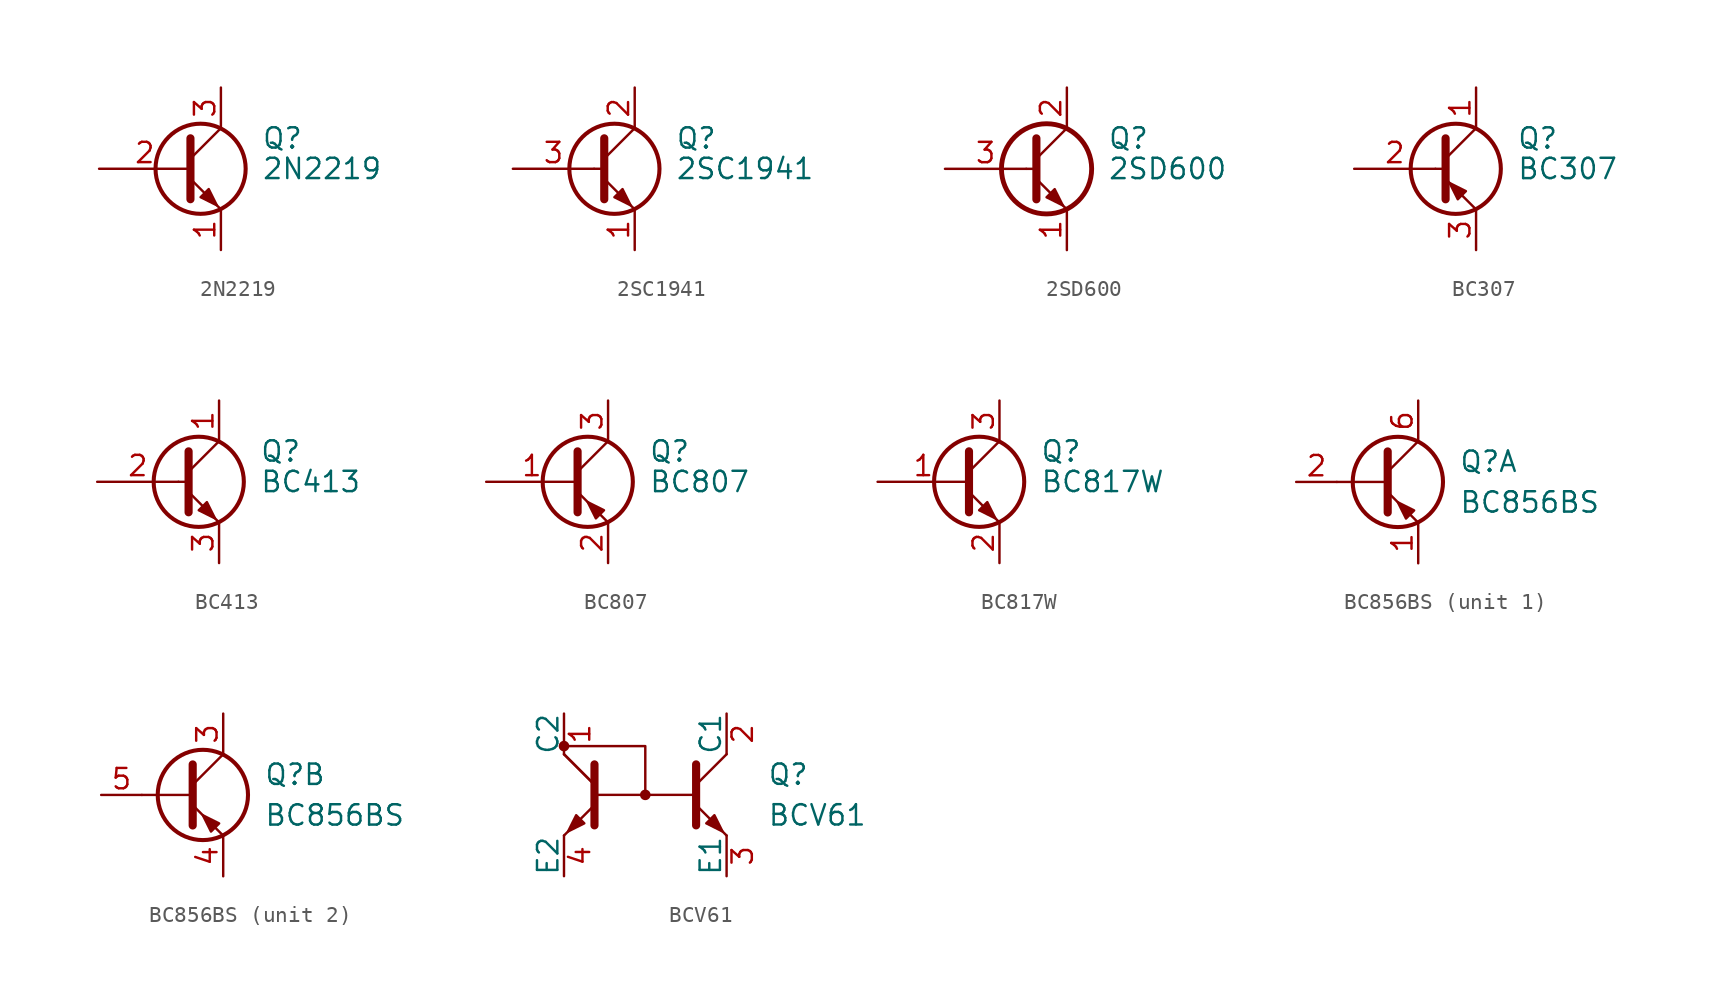
<source format=kicad_sym>
(kicad_symbol_lib
  (version 20201005)
  (generator kicad_symbol_editor)
  (symbol "2N2219"
    (pin_names
      (offset 0) hide)
    (property "Reference" "Q"
      (at 5.08 1.905 0)
      (effects (font (size 1.27 1.27)) (justify left)))
    (property "Value" "2N2219"
      (at 5.08 0 0)
      (effects (font (size 1.27 1.27)) (justify left)))
    (symbol "2N2219_0_1"
      (circle (center 1.27 0) (radius 2.819) (stroke (width 0.254)) (fill (type none)))
      (polyline (pts (xy 0.635 0.635) (xy 2.54 2.54)) (stroke (width 0)) (fill (type none)))
      (polyline (pts (xy 0.635 -0.635) (xy 2.54 -2.54) (xy 2.54 -2.54)) (stroke (width 0)) (fill (type none)))
      (polyline (pts (xy 0.635 1.905) (xy 0.635 -1.905) (xy 0.635 -1.905)) (stroke (width 0.508)) (fill (type none)))
      (polyline (pts (xy 1.27 -1.778) (xy 1.778 -1.27) (xy 2.286 -2.286) (xy 1.27 -1.778) (xy 1.27 -1.778)) (stroke (width 0)) (fill (type outline))))
    (symbol "2N2219_1_1"
      (pin passive line (at 2.54 -5.08 90) (length 2.54) (name "E" (effects (font (size 1.27 1.27)))) (number "1" (effects (font (size 1.27 1.27)))))
      (pin passive line (at -5.08 0 0) (length 5.715) (name "B" (effects (font (size 1.27 1.27)))) (number "2" (effects (font (size 1.27 1.27)))))
      (pin passive line (at 2.54 5.08 270) (length 2.54) (name "C" (effects (font (size 1.27 1.27)))) (number "3" (effects (font (size 1.27 1.27)))))))
  (symbol "2SC1941"
    (pin_names
      (offset 0) hide)
    (property "Reference" "Q"
      (at 5.08 1.905 0)
      (effects (font (size 1.27 1.27)) (justify left)))
    (property "Value" "2SC1941"
      (at 5.08 0 0)
      (effects (font (size 1.27 1.27)) (justify left)))
    (symbol "2SC1941_0_1"
      (circle (center 1.27 0) (radius 2.819) (stroke (width 0.254)) (fill (type none)))
      (polyline (pts (xy 0 0) (xy 0.635 0)) (stroke (width 0)) (fill (type none)))
      (polyline (pts (xy 0.635 0.635) (xy 2.54 2.54)) (stroke (width 0)) (fill (type none)))
      (polyline (pts (xy 0.635 -0.635) (xy 2.54 -2.54) (xy 2.54 -2.54)) (stroke (width 0)) (fill (type none)))
      (polyline (pts (xy 0.635 1.905) (xy 0.635 -1.905) (xy 0.635 -1.905)) (stroke (width 0.508)) (fill (type none)))
      (polyline (pts (xy 1.27 -1.778) (xy 1.778 -1.27) (xy 2.286 -2.286) (xy 1.27 -1.778) (xy 1.27 -1.778)) (stroke (width 0)) (fill (type outline))))
    (symbol "2SC1941_1_1"
      (pin passive line (at 2.54 -5.08 90) (length 2.54) (name "E" (effects (font (size 1.27 1.27)))) (number "1" (effects (font (size 1.27 1.27)))))
      (pin passive line (at 2.54 5.08 270) (length 2.54) (name "C" (effects (font (size 1.27 1.27)))) (number "2" (effects (font (size 1.27 1.27)))))
      (pin input line (at -5.08 0 0) (length 5.08) (name "B" (effects (font (size 1.27 1.27)))) (number "3" (effects (font (size 1.27 1.27)))))))
  (symbol "2SD600"
    (pin_names
      (offset 0) hide)
    (property "Reference" "Q"
      (at 5.08 1.905 0)
      (effects (font (size 1.27 1.27)) (justify left)))
    (property "Value" "2SD600"
      (at 5.08 0 0)
      (effects (font (size 1.27 1.27)) (justify left)))
    (symbol "2SD600_0_1"
      (circle (center 1.27 0) (radius 2.819) (stroke (width 0.305)) (fill (type none)))
      (polyline (pts (xy 0 0) (xy 0.635 0)) (stroke (width 0)) (fill (type none)))
      (polyline (pts (xy 2.54 -2.54) (xy 0.635 -0.635)) (stroke (width 0)) (fill (type none)))
      (polyline (pts (xy 2.54 2.54) (xy 0.635 0.635)) (stroke (width 0)) (fill (type none)))
      (polyline (pts (xy 0.635 1.905) (xy 0.635 -1.905) (xy 0.635 -1.905)) (stroke (width 0.508)) (fill (type outline)))
      (polyline (pts (xy 1.27 -1.778) (xy 1.778 -1.27) (xy 2.286 -2.286) (xy 1.27 -1.778) (xy 1.27 -1.778)) (stroke (width 0)) (fill (type outline))))
    (symbol "2SD600_1_1"
      (pin passive line (at 2.54 -5.08 90) (length 2.54) (name "E" (effects (font (size 1.27 1.27)))) (number "1" (effects (font (size 1.27 1.27)))))
      (pin passive line (at 2.54 5.08 270) (length 2.54) (name "C" (effects (font (size 1.27 1.27)))) (number "2" (effects (font (size 1.27 1.27)))))
      (pin input line (at -5.08 0 0) (length 5.08) (name "B" (effects (font (size 1.27 1.27)))) (number "3" (effects (font (size 1.27 1.27)))))))
  (symbol "BC307"
    (pin_names
      (offset 0) hide)
    (property "Reference" "Q"
      (at 5.08 1.905 0)
      (effects (font (size 1.27 1.27)) (justify left)))
    (property "Value" "BC307"
      (at 5.08 0 0)
      (effects (font (size 1.27 1.27)) (justify left)))
    (symbol "BC307_0_1"
      (circle (center 1.27 0) (radius 2.819) (stroke (width 0.254)) (fill (type none)))
      (polyline (pts (xy 0 0) (xy 0.635 0)) (stroke (width 0)) (fill (type none)))
      (polyline (pts (xy 2.54 -2.54) (xy 0.635 -0.635)) (stroke (width 0)) (fill (type none)))
      (polyline (pts (xy 2.54 2.54) (xy 0.635 0.635)) (stroke (width 0)) (fill (type none)))
      (polyline (pts (xy 0.635 1.905) (xy 0.635 -1.905) (xy 0.635 -1.905)) (stroke (width 0.508)) (fill (type outline)))
      (polyline (pts (xy 1.397 -1.905) (xy 1.905 -1.397) (xy 0.889 -0.889) (xy 1.397 -1.905) (xy 1.397 -1.905)) (stroke (width 0)) (fill (type outline))))
    (symbol "BC307_1_1"
      (pin passive line (at 2.54 5.08 270) (length 2.54) (name "C" (effects (font (size 1.27 1.27)))) (number "1" (effects (font (size 1.27 1.27)))))
      (pin input line (at -5.08 0 0) (length 5.08) (name "B" (effects (font (size 1.27 1.27)))) (number "2" (effects (font (size 1.27 1.27)))))
      (pin passive line (at 2.54 -5.08 90) (length 2.54) (name "E" (effects (font (size 1.27 1.27)))) (number "3" (effects (font (size 1.27 1.27)))))))
  (symbol "BC413"
    (pin_names
      (offset 0) hide)
    (property "Reference" "Q"
      (at 5.08 1.905 0)
      (effects (font (size 1.27 1.27)) (justify left)))
    (property "Value" "BC413"
      (at 5.08 0 0)
      (effects (font (size 1.27 1.27)) (justify left)))
    (symbol "BC413_0_1"
      (circle (center 1.27 0) (radius 2.819) (stroke (width 0.254)) (fill (type none)))
      (polyline (pts (xy 0 0) (xy 0.635 0)) (stroke (width 0)) (fill (type none)))
      (polyline (pts (xy 0.635 0.635) (xy 2.54 2.54)) (stroke (width 0)) (fill (type none)))
      (polyline (pts (xy 0.635 -0.635) (xy 2.54 -2.54) (xy 2.54 -2.54)) (stroke (width 0)) (fill (type none)))
      (polyline (pts (xy 0.635 1.905) (xy 0.635 -1.905) (xy 0.635 -1.905)) (stroke (width 0.508)) (fill (type none)))
      (polyline (pts (xy 1.27 -1.778) (xy 1.778 -1.27) (xy 2.286 -2.286) (xy 1.27 -1.778) (xy 1.27 -1.778)) (stroke (width 0)) (fill (type outline))))
    (symbol "BC413_1_1"
      (pin passive line (at 2.54 5.08 270) (length 2.54) (name "C" (effects (font (size 1.27 1.27)))) (number "1" (effects (font (size 1.27 1.27)))))
      (pin input line (at -5.08 0 0) (length 5.08) (name "B" (effects (font (size 1.27 1.27)))) (number "2" (effects (font (size 1.27 1.27)))))
      (pin passive line (at 2.54 -5.08 90) (length 2.54) (name "E" (effects (font (size 1.27 1.27)))) (number "3" (effects (font (size 1.27 1.27)))))))
  (symbol "BC807"
    (pin_names
      (offset 0) hide)
    (property "Reference" "Q"
      (at 5.08 1.905 0)
      (effects (font (size 1.27 1.27)) (justify left)))
    (property "Value" "BC807"
      (at 5.08 0 0)
      (effects (font (size 1.27 1.27)) (justify left)))
    (symbol "BC807_0_1"
      (circle (center 1.27 0) (radius 2.819) (stroke (width 0.254)) (fill (type none)))
      (polyline (pts (xy 0.635 0.635) (xy 2.54 2.54)) (stroke (width 0)) (fill (type none)))
      (polyline (pts (xy 0.635 -0.635) (xy 2.54 -2.54) (xy 2.54 -2.54)) (stroke (width 0)) (fill (type none)))
      (polyline (pts (xy 0.635 1.905) (xy 0.635 -1.905) (xy 0.635 -1.905)) (stroke (width 0.508)) (fill (type none)))
      (polyline (pts (xy 2.286 -1.778) (xy 1.778 -2.286) (xy 1.27 -1.27) (xy 2.286 -1.778) (xy 2.286 -1.778)) (stroke (width 0)) (fill (type outline))))
    (symbol "BC807_1_1"
      (pin input line (at -5.08 0 0) (length 5.715) (name "B" (effects (font (size 1.27 1.27)))) (number "1" (effects (font (size 1.27 1.27)))))
      (pin passive line (at 2.54 -5.08 90) (length 2.54) (name "E" (effects (font (size 1.27 1.27)))) (number "2" (effects (font (size 1.27 1.27)))))
      (pin passive line (at 2.54 5.08 270) (length 2.54) (name "C" (effects (font (size 1.27 1.27)))) (number "3" (effects (font (size 1.27 1.27)))))))
  (symbol "BC817W"
    (pin_names
      (offset 0) hide)
    (property "Reference" "Q"
      (at 5.08 1.905 0)
      (effects (font (size 1.27 1.27)) (justify left)))
    (property "Value" "BC817W"
      (at 5.08 0 0)
      (effects (font (size 1.27 1.27)) (justify left)))
    (symbol "BC817W_0_1"
      (circle (center 1.27 0) (radius 2.819) (stroke (width 0.254)) (fill (type none)))
      (polyline (pts (xy 0.635 0.635) (xy 2.54 2.54)) (stroke (width 0)) (fill (type none)))
      (polyline (pts (xy 0.635 -0.635) (xy 2.54 -2.54) (xy 2.54 -2.54)) (stroke (width 0)) (fill (type none)))
      (polyline (pts (xy 0.635 1.905) (xy 0.635 -1.905) (xy 0.635 -1.905)) (stroke (width 0.508)) (fill (type none)))
      (polyline (pts (xy 1.27 -1.778) (xy 1.778 -1.27) (xy 2.286 -2.286) (xy 1.27 -1.778) (xy 1.27 -1.778)) (stroke (width 0)) (fill (type outline))))
    (symbol "BC817W_1_1"
      (pin input line (at -5.08 0 0) (length 5.715) (name "B" (effects (font (size 1.27 1.27)))) (number "1" (effects (font (size 1.27 1.27)))))
      (pin passive line (at 2.54 -5.08 90) (length 2.54) (name "E" (effects (font (size 1.27 1.27)))) (number "2" (effects (font (size 1.27 1.27)))))
      (pin passive line (at 2.54 5.08 270) (length 2.54) (name "C" (effects (font (size 1.27 1.27)))) (number "3" (effects (font (size 1.27 1.27)))))))
  (symbol "BC856BS"
    (pin_names
      (offset 0) hide)
    (property "Reference" "Q"
      (at 5.08 1.27 0)
      (effects (font (size 1.27 1.27)) (justify left)))
    (property "Value" "BC856BS"
      (at 5.08 -1.27 0)
      (effects (font (size 1.27 1.27)) (justify left)))
    (property "ki_locked" ""
      (at 0 0 0)
      (effects (font (size 1.27 1.27))))
    (symbol "BC856BS_0_1"
      (circle (center 1.27 0) (radius 2.819) (stroke (width 0.254)) (fill (type none)))
      (polyline (pts (xy 0.635 0) (xy -2.54 0)) (stroke (width 0)) (fill (type none)))
      (polyline (pts (xy 0.635 0.635) (xy 2.54 2.54)) (stroke (width 0)) (fill (type none)))
      (polyline (pts (xy 0.635 -0.635) (xy 2.54 -2.54) (xy 2.54 -2.54)) (stroke (width 0)) (fill (type none)))
      (polyline (pts (xy 0.635 1.905) (xy 0.635 -1.905) (xy 0.635 -1.905)) (stroke (width 0.508)) (fill (type none)))
      (polyline (pts (xy 2.286 -1.778) (xy 1.778 -2.286) (xy 1.27 -1.27) (xy 2.286 -1.778) (xy 2.286 -1.778)) (stroke (width 0)) (fill (type outline))))
    (symbol "BC856BS_1_1"
      (pin passive line (at 2.54 -5.08 90) (length 2.54) (name "E1" (effects (font (size 1.27 1.27)))) (number "1" (effects (font (size 1.27 1.27)))))
      (pin input line (at -5.08 0 0) (length 2.54) (name "B1" (effects (font (size 1.27 1.27)))) (number "2" (effects (font (size 1.27 1.27)))))
      (pin passive line (at 2.54 5.08 270) (length 2.54) (name "C1" (effects (font (size 1.27 1.27)))) (number "6" (effects (font (size 1.27 1.27))))))
    (symbol "BC856BS_2_1"
      (pin passive line (at 2.54 5.08 270) (length 2.54) (name "C2" (effects (font (size 1.27 1.27)))) (number "3" (effects (font (size 1.27 1.27)))))
      (pin passive line (at 2.54 -5.08 90) (length 2.54) (name "E2" (effects (font (size 1.27 1.27)))) (number "4" (effects (font (size 1.27 1.27)))))
      (pin input line (at -5.08 0 0) (length 2.54) (name "B2" (effects (font (size 1.27 1.27)))) (number "5" (effects (font (size 1.27 1.27)))))))
  (symbol "BCV61"
    (pin_names
      (offset 0))
    (property "Reference" "Q"
      (at 7.62 1.27 0)
      (effects (font (size 1.27 1.27)) (justify left)))
    (property "Value" "BCV61"
      (at 7.62 -1.27 0)
      (effects (font (size 1.27 1.27)) (justify left)))
    (symbol "BCV61_0_1"
      (circle (center -5.08 3.048) (radius 0.254) (stroke (width 0)) (fill (type outline)))
      (circle (center 0 0) (radius 0.254) (stroke (width 0)) (fill (type outline)))
      (polyline (pts (xy -5.08 -2.54) (xy -3.175 -0.635)) (stroke (width 0)) (fill (type none)))
      (polyline (pts (xy -5.08 2.54) (xy -3.175 0.635)) (stroke (width 0)) (fill (type none)))
      (polyline (pts (xy -5.08 2.54) (xy -3.175 0.635)) (stroke (width 0)) (fill (type none)))
      (polyline (pts (xy 3.175 0) (xy -3.175 0)) (stroke (width 0)) (fill (type none)))
      (polyline (pts (xy 5.08 -2.54) (xy 3.175 -0.635)) (stroke (width 0)) (fill (type none)))
      (polyline (pts (xy 5.08 2.54) (xy 3.175 0.635)) (stroke (width 0)) (fill (type none)))
      (polyline (pts (xy -3.175 -1.905) (xy -3.175 1.905) (xy -3.175 1.905)) (stroke (width 0.508)) (fill (type outline)))
      (polyline (pts (xy 0 0) (xy 0 3.048) (xy -5.08 3.048)) (stroke (width 0)) (fill (type none)))
      (polyline (pts (xy 3.175 -1.905) (xy 3.175 1.905) (xy 3.175 1.905)) (stroke (width 0.508)) (fill (type outline)))
      (polyline (pts (xy -3.81 -1.778) (xy -4.318 -1.27) (xy -4.826 -2.286) (xy -3.81 -1.778) (xy -3.81 -1.778)) (stroke (width 0)) (fill (type outline)))
      (polyline (pts (xy 3.81 -1.778) (xy 4.318 -1.27) (xy 4.826 -2.286) (xy 3.81 -1.778) (xy 3.81 -1.778)) (stroke (width 0)) (fill (type outline))))
    (symbol "BCV61_1_1"
      (pin passive line (at -5.08 5.08 270) (length 2.54) (name "C2" (effects (font (size 1.27 1.27)))) (number "1" (effects (font (size 1.27 1.27)))))
      (pin passive line (at 5.08 5.08 270) (length 2.54) (name "C1" (effects (font (size 1.27 1.27)))) (number "2" (effects (font (size 1.27 1.27)))))
      (pin passive line (at 5.08 -5.08 90) (length 2.54) (name "E1" (effects (font (size 1.27 1.27)))) (number "3" (effects (font (size 1.27 1.27)))))
      (pin passive line (at -5.08 -5.08 90) (length 2.54) (name "E2" (effects (font (size 1.27 1.27)))) (number "4" (effects (font (size 1.27 1.27))))))))
</source>
